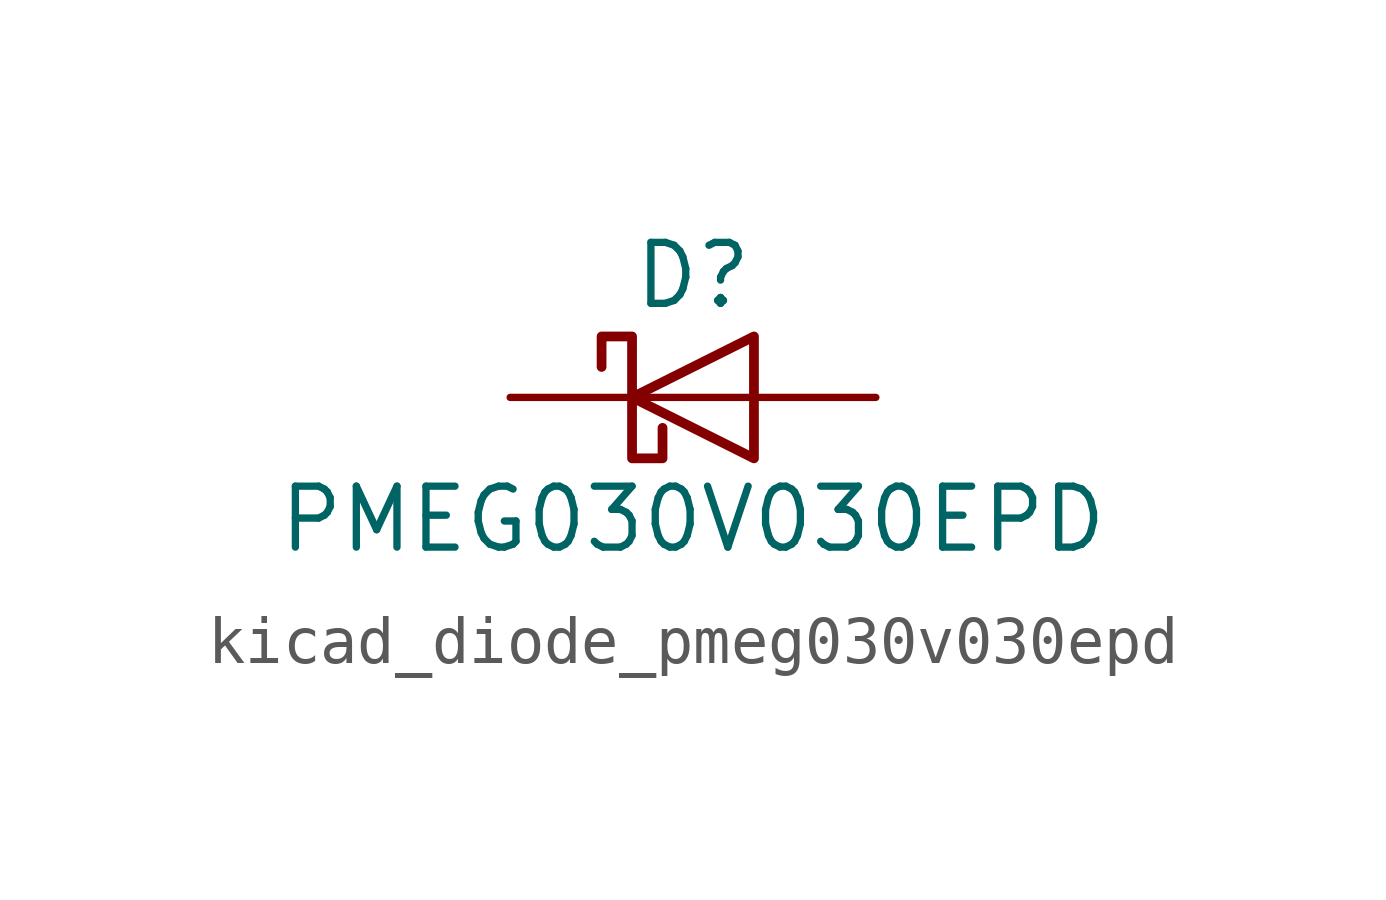
<source format=kicad_sym>
(kicad_symbol_lib
  (version 20220914)
  (generator kicad_symbol_editor)
  (symbol "kicad_diode_pmeg030v030epd"
    (pin_numbers hide)
    (pin_names hide)
    (property "Reference" "D"
      (at 0 2.54 0)
      (effects (font (size 1.27 1.27))))
    (property "Value" "PMEG030V030EPD"
      (at 0 -2.54 0)
      (effects (font (size 1.27 1.27))))
    (symbol "kicad_diode_pmeg030v030epd_0_1"
      (polyline (pts (xy 1.27 0) (xy -1.27 0)) (stroke (width 0) (type default)) (fill (type none)))
      (polyline (pts (xy 1.27 1.27) (xy 1.27 -1.27) (xy -1.27 0) (xy 1.27 1.27)) (stroke (width 0.203) (type default)) (fill (type none)))
      (polyline (pts (xy -1.905 0.635) (xy -1.905 1.27) (xy -1.27 1.27) (xy -1.27 -1.27) (xy -0.635 -1.27) (xy -0.635 -0.635)) (stroke (width 0.203) (type default)) (fill (type none))))
    (symbol "kicad_diode_pmeg030v030epd_1_1"
      (pin passive line (at 3.81 0 180) (length 2.54) (name "A" (effects (font (size 1.27 1.27)))) (number "1" (effects (font (size 1.27 1.27)))))
      (pin passive line (at 3.81 0 180) (length 2.54) hide (name "A" (effects (font (size 1.27 1.27)))) (number "2" (effects (font (size 1.27 1.27)))))
      (pin passive line (at -3.81 0 0) (length 2.54) (name "K" (effects (font (size 1.27 1.27)))) (number "3" (effects (font (size 1.27 1.27))))))))
</source>
